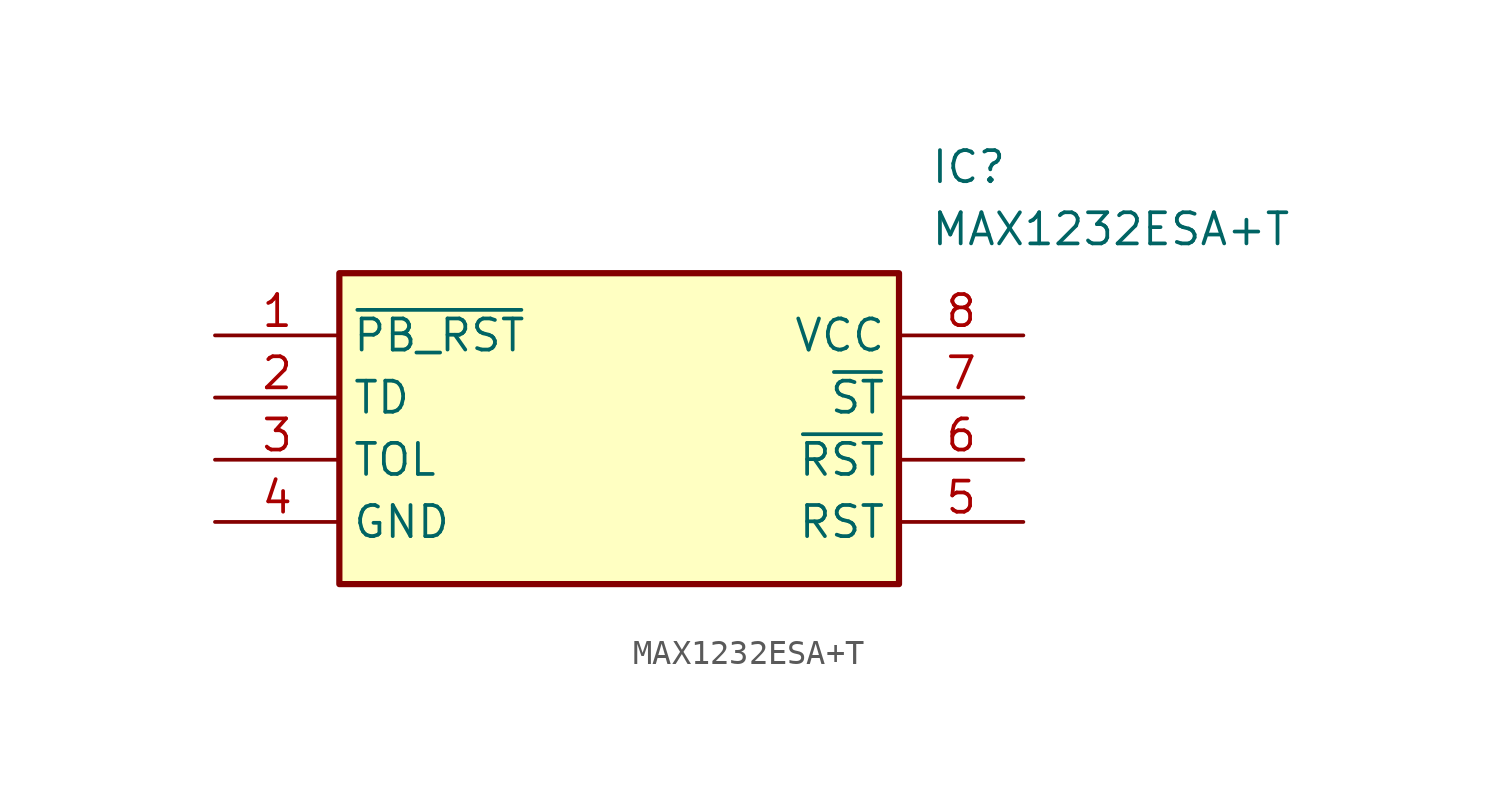
<source format=kicad_sym>
(kicad_symbol_lib
  (version 20211014)
  (generator SamacSys_ECAD_Model)
  (symbol "MAX1232ESA+T"
    (property "Reference" "IC"
      (at 29.21 7.62 0)
      (effects (font (size 1.27 1.27)) (justify left top)))
    (property "Value" "MAX1232ESA+T"
      (at 29.21 5.08 0)
      (effects (font (size 1.27 1.27)) (justify left top)))
    (rectangle
      (start 5.08 2.54)
      (end 27.94 -10.16)
      (stroke (width 0.254) (type default))
      (fill (type background)))
    (pin passive line
      (at 0 0 0)
      (length 5.08)
      (name "~{PB_RST}" (effects (font (size 1.27 1.27))))
      (number "1" (effects (font (size 1.27 1.27)))))
    (pin passive line
      (at 0 -2.54 0)
      (length 5.08)
      (name "TD" (effects (font (size 1.27 1.27))))
      (number "2" (effects (font (size 1.27 1.27)))))
    (pin passive line
      (at 0 -5.08 0)
      (length 5.08)
      (name "TOL" (effects (font (size 1.27 1.27))))
      (number "3" (effects (font (size 1.27 1.27)))))
    (pin passive line
      (at 0 -7.62 0)
      (length 5.08)
      (name "GND" (effects (font (size 1.27 1.27))))
      (number "4" (effects (font (size 1.27 1.27)))))
    (pin passive line
      (at 33.02 0 180)
      (length 5.08)
      (name "VCC" (effects (font (size 1.27 1.27))))
      (number "8" (effects (font (size 1.27 1.27)))))
    (pin passive line
      (at 33.02 -2.54 180)
      (length 5.08)
      (name "~{ST}" (effects (font (size 1.27 1.27))))
      (number "7" (effects (font (size 1.27 1.27)))))
    (pin passive line
      (at 33.02 -5.08 180)
      (length 5.08)
      (name "~{RST}" (effects (font (size 1.27 1.27))))
      (number "6" (effects (font (size 1.27 1.27)))))
    (pin passive line
      (at 33.02 -7.62 180)
      (length 5.08)
      (name "RST" (effects (font (size 1.27 1.27))))
      (number "5" (effects (font (size 1.27 1.27)))))))
</source>
